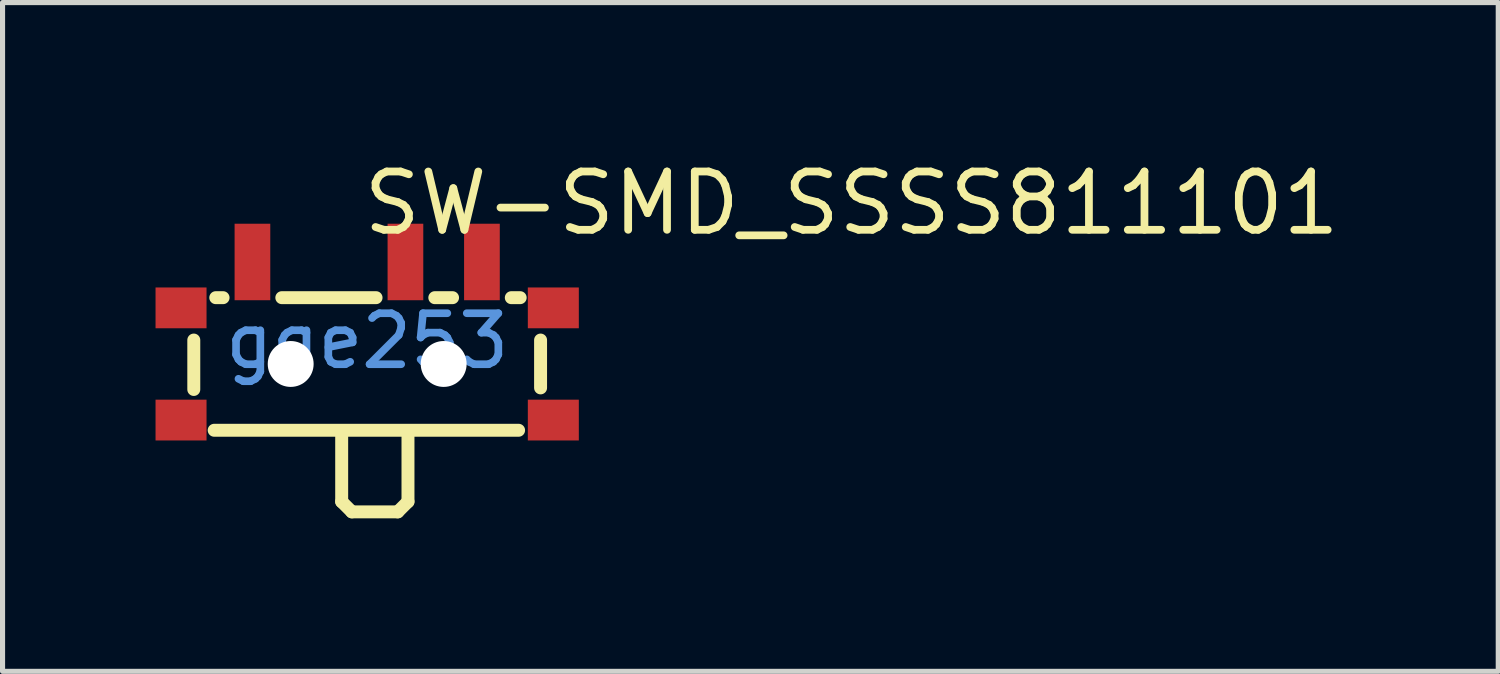
<source format=kicad_pcb>
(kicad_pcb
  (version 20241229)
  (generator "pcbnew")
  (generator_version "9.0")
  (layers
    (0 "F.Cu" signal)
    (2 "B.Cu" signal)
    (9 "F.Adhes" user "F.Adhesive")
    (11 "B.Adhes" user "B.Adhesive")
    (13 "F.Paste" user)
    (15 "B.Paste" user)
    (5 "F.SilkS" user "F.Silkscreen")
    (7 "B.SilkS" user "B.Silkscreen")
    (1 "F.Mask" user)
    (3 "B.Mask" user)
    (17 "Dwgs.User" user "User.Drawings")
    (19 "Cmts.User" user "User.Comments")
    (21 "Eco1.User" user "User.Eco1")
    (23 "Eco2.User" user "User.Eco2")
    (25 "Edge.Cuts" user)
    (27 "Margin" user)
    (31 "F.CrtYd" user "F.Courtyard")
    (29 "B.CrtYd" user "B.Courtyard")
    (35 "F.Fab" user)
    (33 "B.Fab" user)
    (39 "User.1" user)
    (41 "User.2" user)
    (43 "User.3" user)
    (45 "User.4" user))
  (footprint "SW-SMD_SSSS811101"
    (layer "F.Cu")
    (at 4.15 3.637)
    (property "Reference" "SW-SMD_SSSS811101" (at -0.153 -2.702 0) (layer "F.SilkS") (effects (font (size 1.143 1.143) (thickness 0.152)) (justify left)))
    (attr smd)
    (fp_line (start -3.4 0.95) (end -3.4 -0.019) (stroke (width 0.254) (type solid)) (layer "F.SilkS"))
    (fp_line (start -2.969 -0.85) (end -2.826 -0.85) (stroke (width 0.254) (type solid)) (layer "F.SilkS"))
    (fp_line (start -1.674 -0.85) (end 0.174 -0.85) (stroke (width 0.254) (type solid)) (layer "F.SilkS"))
    (fp_line (start -0.5 3.15) (end -0.5 1.85) (stroke (width 0.254) (type solid)) (layer "F.SilkS"))
    (fp_line (start -0.3 3.35) (end -0.5 3.15) (stroke (width 0.254) (type solid)) (layer "F.SilkS"))
    (fp_line (start -0.3 3.35) (end 0.6 3.35) (stroke (width 0.254) (type solid)) (layer "F.SilkS"))
    (fp_line (start 0.6 3.35) (end 0.8 3.15) (stroke (width 0.254) (type solid)) (layer "F.SilkS"))
    (fp_line (start 0.8 3.15) (end 0.8 1.85) (stroke (width 0.254) (type solid)) (layer "F.SilkS"))
    (fp_line (start 1.326 -0.85) (end 1.674 -0.85) (stroke (width 0.254) (type solid)) (layer "F.SilkS"))
    (fp_line (start 2.826 -0.85) (end 3 -0.85) (stroke (width 0.254) (type solid)) (layer "F.SilkS"))
    (fp_line (start 2.969 1.75) (end -3 1.75) (stroke (width 0.254) (type solid)) (layer "F.SilkS"))
    (fp_line (start 3.4 -0.019) (end 3.4 0.919) (stroke (width 0.254) (type solid)) (layer "F.SilkS"))
    (fp_text user "gge253" (at 0 0 0) (layer "Cmts.User") (effects (font (size 1 1) (thickness 0.15))))
    (pad "" np_thru_hole circle (at -1.5 0.45) (size 0.9 0.9) (drill 0.9) (layers "*.Cu" "*.Mask"))
    (pad "" np_thru_hole circle (at 1.5 0.45) (size 0.9 0.9) (drill 0.9) (layers "*.Cu" "*.Mask"))
    (pad "1" smd rect (at -2.25 -1.55) (size 0.7 1.5) (layers "F.Cu" "F.Mask" "F.Paste"))
    (pad "2" smd rect (at 0.75 -1.55) (size 0.7 1.5) (layers "F.Cu" "F.Mask" "F.Paste"))
    (pad "3" smd rect (at 2.25 -1.55) (size 0.7 1.5) (layers "F.Cu" "F.Mask" "F.Paste"))
    (pad "4" smd rect (at -3.65 -0.65 90) (size 0.8 1) (layers "F.Cu" "F.Mask" "F.Paste"))
    (pad "5" smd rect (at 3.65 -0.65 90) (size 0.8 1) (layers "F.Cu" "F.Mask" "F.Paste"))
    (pad "6" smd rect (at 3.65 1.55 90) (size 0.8 1) (layers "F.Cu" "F.Mask" "F.Paste"))
    (pad "7" smd rect (at -3.65 1.55 90) (size 0.8 1) (layers "F.Cu" "F.Mask" "F.Paste")))
  (gr_rect
    (start -3 -3)
    (end 26.329 10.114)
    (stroke (width 0.1) (type default))
    (fill no)
    (layer "Edge.Cuts")))
</source>
